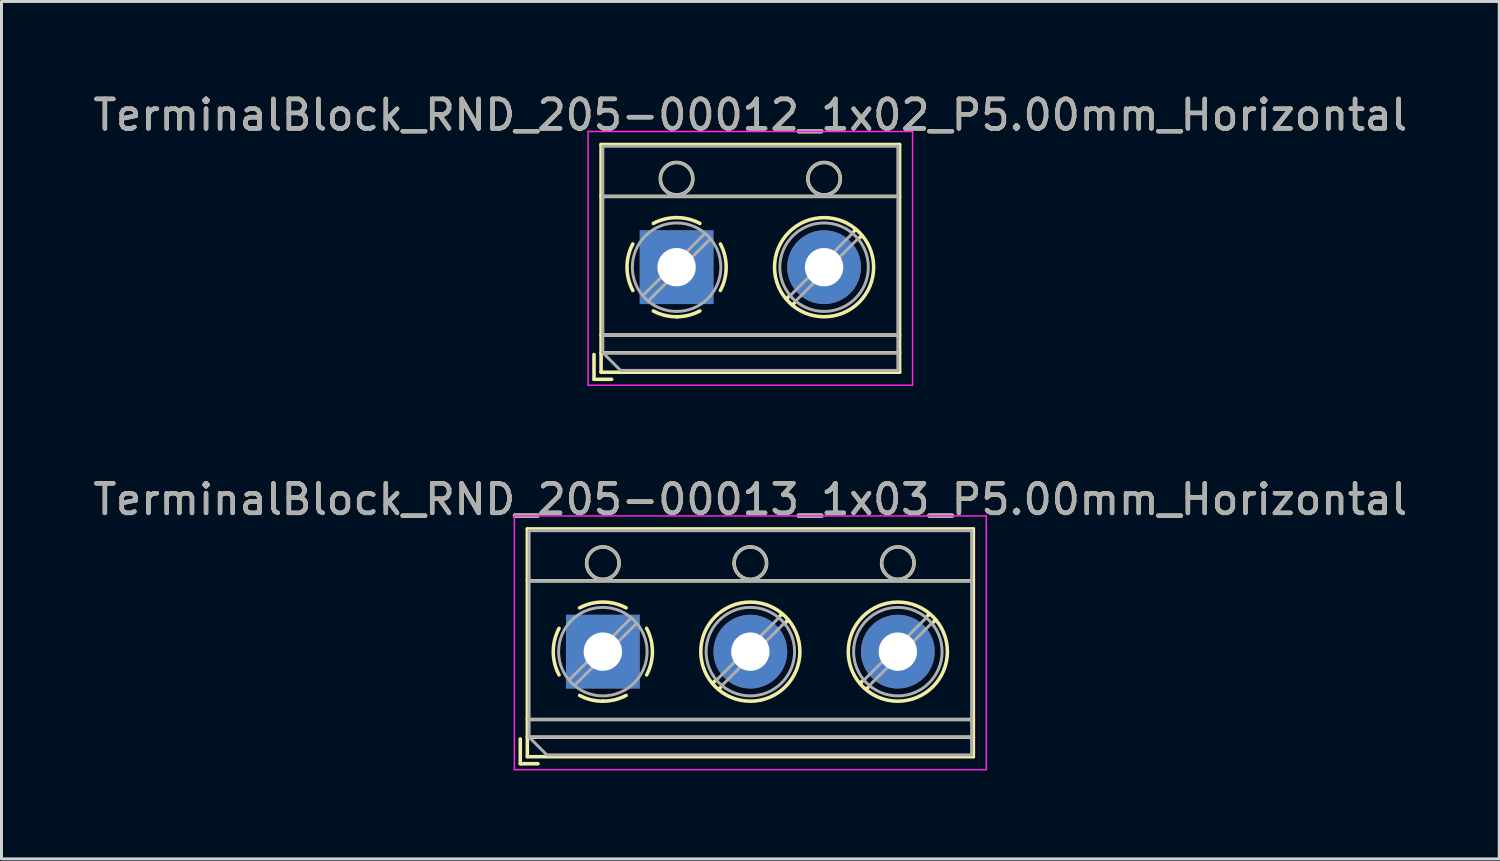
<source format=kicad_pcb>
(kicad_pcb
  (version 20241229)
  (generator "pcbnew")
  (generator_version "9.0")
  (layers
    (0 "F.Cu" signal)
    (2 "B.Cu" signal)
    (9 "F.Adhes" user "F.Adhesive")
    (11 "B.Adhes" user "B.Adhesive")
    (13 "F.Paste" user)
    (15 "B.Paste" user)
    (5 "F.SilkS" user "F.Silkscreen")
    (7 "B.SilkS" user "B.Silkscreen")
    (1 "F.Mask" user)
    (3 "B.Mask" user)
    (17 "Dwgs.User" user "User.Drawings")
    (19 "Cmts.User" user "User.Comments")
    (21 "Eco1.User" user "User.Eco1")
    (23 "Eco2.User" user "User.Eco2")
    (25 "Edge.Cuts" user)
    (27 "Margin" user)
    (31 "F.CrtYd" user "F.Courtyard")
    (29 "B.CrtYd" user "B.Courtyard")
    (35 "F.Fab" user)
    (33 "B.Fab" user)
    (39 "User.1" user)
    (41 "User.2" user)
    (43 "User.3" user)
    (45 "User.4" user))
  (footprint "TerminalBlock_RND_205-00013_1x03_P5.00mm_Horizontal"
    (layer "F.Cu")
    (at 17.387 19.041)
    (property "Reference" "TerminalBlock_RND_205-00013_1x03_P5.00mm_Horizontal" (at 5 -5.16 0) (layer "F.SilkS") (effects (font (size 1 1) (thickness 0.15))))
    (attr through_hole)
    (fp_line (start -2.8 2.96) (end -2.8 3.8) (stroke (width 0.12) (type solid)) (layer "F.SilkS"))
    (fp_line (start -2.8 3.8) (end -2.2 3.8) (stroke (width 0.12) (type solid)) (layer "F.SilkS"))
    (fp_line (start -2.56 -4.16) (end -2.56 3.561) (stroke (width 0.12) (type solid)) (layer "F.SilkS"))
    (fp_line (start -2.56 -4.16) (end 12.56 -4.16) (stroke (width 0.12) (type solid)) (layer "F.SilkS"))
    (fp_line (start -2.56 -2.4) (end 12.56 -2.4) (stroke (width 0.12) (type solid)) (layer "F.SilkS"))
    (fp_line (start -2.56 2.3) (end 12.56 2.3) (stroke (width 0.12) (type solid)) (layer "F.SilkS"))
    (fp_line (start -2.56 2.9) (end 12.56 2.9) (stroke (width 0.12) (type solid)) (layer "F.SilkS"))
    (fp_line (start -2.56 3.561) (end 12.56 3.561) (stroke (width 0.12) (type solid)) (layer "F.SilkS"))
    (fp_line (start 3.82 0.976) (end 3.726 1.069) (stroke (width 0.12) (type solid)) (layer "F.SilkS"))
    (fp_line (start 3.99 1.216) (end 3.931 1.274) (stroke (width 0.12) (type solid)) (layer "F.SilkS"))
    (fp_line (start 6.07 -1.275) (end 6.011 -1.216) (stroke (width 0.12) (type solid)) (layer "F.SilkS"))
    (fp_line (start 6.275 -1.069) (end 6.181 -0.976) (stroke (width 0.12) (type solid)) (layer "F.SilkS"))
    (fp_line (start 8.82 0.976) (end 8.726 1.069) (stroke (width 0.12) (type solid)) (layer "F.SilkS"))
    (fp_line (start 8.99 1.216) (end 8.931 1.274) (stroke (width 0.12) (type solid)) (layer "F.SilkS"))
    (fp_line (start 11.07 -1.275) (end 11.011 -1.216) (stroke (width 0.12) (type solid)) (layer "F.SilkS"))
    (fp_line (start 11.275 -1.069) (end 11.181 -0.976) (stroke (width 0.12) (type solid)) (layer "F.SilkS"))
    (fp_line (start 12.56 -4.16) (end 12.56 3.561) (stroke (width 0.12) (type solid)) (layer "F.SilkS"))
    (fp_arc (start -1.483953 0.789089) (mid -1.680708 0.00005) (end -1.484 -0.789) (stroke (width 0.12) (type solid)) (layer "F.SilkS"))
    (fp_arc (start -0.789089 -1.483953) (mid -0.00005 -1.680708) (end 0.789 -1.484) (stroke (width 0.12) (type solid)) (layer "F.SilkS"))
    (fp_arc (start 0.029383 1.68045) (mid -0.392304 1.634281) (end -0.789 1.484) (stroke (width 0.12) (type solid)) (layer "F.SilkS"))
    (fp_arc (start 0.788712 1.483352) (mid 0.406429 1.630097) (end 0 1.68) (stroke (width 0.12) (type solid)) (layer "F.SilkS"))
    (fp_arc (start 1.483953 -0.789089) (mid 1.680708 -0.00005) (end 1.484 0.789) (stroke (width 0.12) (type solid)) (layer "F.SilkS"))
    (fp_circle (center 0 -3) (end 0.55 -3) (stroke (width 0.12) (type solid)) (fill no) (layer "F.SilkS"))
    (fp_circle (center 5 -3) (end 5.55 -3) (stroke (width 0.12) (type solid)) (fill no) (layer "F.SilkS"))
    (fp_circle (center 5 0) (end 6.68 0) (stroke (width 0.12) (type solid)) (fill no) (layer "F.SilkS"))
    (fp_circle (center 10 -3) (end 10.55 -3) (stroke (width 0.12) (type solid)) (fill no) (layer "F.SilkS"))
    (fp_circle (center 10 0) (end 11.68 0) (stroke (width 0.12) (type solid)) (fill no) (layer "F.SilkS"))
    (fp_line (start -3 -4.6) (end -3 4) (stroke (width 0.05) (type solid)) (layer "F.CrtYd"))
    (fp_line (start -3 4) (end 13 4) (stroke (width 0.05) (type solid)) (layer "F.CrtYd"))
    (fp_line (start 13 -4.6) (end -3 -4.6) (stroke (width 0.05) (type solid)) (layer "F.CrtYd"))
    (fp_line (start 13 4) (end 13 -4.6) (stroke (width 0.05) (type solid)) (layer "F.CrtYd"))
    (fp_line (start -2.5 -4.1) (end 12.5 -4.1) (stroke (width 0.1) (type solid)) (layer "F.Fab"))
    (fp_line (start -2.5 -2.4) (end 12.5 -2.4) (stroke (width 0.1) (type solid)) (layer "F.Fab"))
    (fp_line (start -2.5 2.3) (end 12.5 2.3) (stroke (width 0.1) (type solid)) (layer "F.Fab"))
    (fp_line (start -2.5 2.9) (end -2.5 -4.1) (stroke (width 0.1) (type solid)) (layer "F.Fab"))
    (fp_line (start -2.5 2.9) (end 12.5 2.9) (stroke (width 0.1) (type solid)) (layer "F.Fab"))
    (fp_line (start -1.9 3.5) (end -2.5 2.9) (stroke (width 0.1) (type solid)) (layer "F.Fab"))
    (fp_line (start 0.955 -1.138) (end -1.138 0.955) (stroke (width 0.1) (type solid)) (layer "F.Fab"))
    (fp_line (start 1.138 -0.955) (end -0.955 1.138) (stroke (width 0.1) (type solid)) (layer "F.Fab"))
    (fp_line (start 5.955 -1.138) (end 3.863 0.955) (stroke (width 0.1) (type solid)) (layer "F.Fab"))
    (fp_line (start 6.138 -0.955) (end 4.046 1.138) (stroke (width 0.1) (type solid)) (layer "F.Fab"))
    (fp_line (start 10.955 -1.138) (end 8.863 0.955) (stroke (width 0.1) (type solid)) (layer "F.Fab"))
    (fp_line (start 11.138 -0.955) (end 9.046 1.138) (stroke (width 0.1) (type solid)) (layer "F.Fab"))
    (fp_line (start 12.5 -4.1) (end 12.5 3.5) (stroke (width 0.1) (type solid)) (layer "F.Fab"))
    (fp_line (start 12.5 3.5) (end -1.9 3.5) (stroke (width 0.1) (type solid)) (layer "F.Fab"))
    (fp_circle (center 0 -3) (end 0.55 -3) (stroke (width 0.1) (type solid)) (fill no) (layer "F.Fab"))
    (fp_circle (center 0 0) (end 1.5 0) (stroke (width 0.1) (type solid)) (fill no) (layer "F.Fab"))
    (fp_circle (center 5 -3) (end 5.55 -3) (stroke (width 0.1) (type solid)) (fill no) (layer "F.Fab"))
    (fp_circle (center 5 0) (end 6.5 0) (stroke (width 0.1) (type solid)) (fill no) (layer "F.Fab"))
    (fp_circle (center 10 -3) (end 10.55 -3) (stroke (width 0.1) (type solid)) (fill no) (layer "F.Fab"))
    (fp_circle (center 10 0) (end 11.5 0) (stroke (width 0.1) (type solid)) (fill no) (layer "F.Fab"))
    (fp_text user "${REFERENCE}" (at 5 -5.16 0) (layer "F.Fab") (effects (font (size 1 1) (thickness 0.15))))
    (pad "1" thru_hole rect (at 0 0) (size 2.5 2.5) (drill 1.3) (layers "*.Cu" "*.Mask"))
    (pad "2" thru_hole circle (at 5 0) (size 2.5 2.5) (drill 1.3) (layers "*.Cu" "*.Mask"))
    (pad "3" thru_hole circle (at 10 0) (size 2.5 2.5) (drill 1.3) (layers "*.Cu" "*.Mask")))
  (footprint "TerminalBlock_RND_205-00012_1x02_P5.00mm_Horizontal"
    (layer "F.Cu")
    (at 19.887 6.008)
    (property "Reference" "TerminalBlock_RND_205-00012_1x02_P5.00mm_Horizontal" (at 2.5 -5.16 0) (layer "F.SilkS") (effects (font (size 1 1) (thickness 0.15))))
    (attr through_hole)
    (fp_line (start -2.8 2.96) (end -2.8 3.8) (stroke (width 0.12) (type solid)) (layer "F.SilkS"))
    (fp_line (start -2.8 3.8) (end -2.2 3.8) (stroke (width 0.12) (type solid)) (layer "F.SilkS"))
    (fp_line (start -2.56 -4.16) (end -2.56 3.561) (stroke (width 0.12) (type solid)) (layer "F.SilkS"))
    (fp_line (start -2.56 -4.16) (end 7.56 -4.16) (stroke (width 0.12) (type solid)) (layer "F.SilkS"))
    (fp_line (start -2.56 -2.4) (end 7.56 -2.4) (stroke (width 0.12) (type solid)) (layer "F.SilkS"))
    (fp_line (start -2.56 2.3) (end 7.56 2.3) (stroke (width 0.12) (type solid)) (layer "F.SilkS"))
    (fp_line (start -2.56 2.9) (end 7.56 2.9) (stroke (width 0.12) (type solid)) (layer "F.SilkS"))
    (fp_line (start -2.56 3.561) (end 7.56 3.561) (stroke (width 0.12) (type solid)) (layer "F.SilkS"))
    (fp_line (start 3.82 0.976) (end 3.726 1.069) (stroke (width 0.12) (type solid)) (layer "F.SilkS"))
    (fp_line (start 3.99 1.216) (end 3.931 1.274) (stroke (width 0.12) (type solid)) (layer "F.SilkS"))
    (fp_line (start 6.07 -1.275) (end 6.011 -1.216) (stroke (width 0.12) (type solid)) (layer "F.SilkS"))
    (fp_line (start 6.275 -1.069) (end 6.181 -0.976) (stroke (width 0.12) (type solid)) (layer "F.SilkS"))
    (fp_line (start 7.56 -4.16) (end 7.56 3.561) (stroke (width 0.12) (type solid)) (layer "F.SilkS"))
    (fp_arc (start -1.483953 0.789089) (mid -1.680708 0.00005) (end -1.484 -0.789) (stroke (width 0.12) (type solid)) (layer "F.SilkS"))
    (fp_arc (start -0.789089 -1.483953) (mid -0.00005 -1.680708) (end 0.789 -1.484) (stroke (width 0.12) (type solid)) (layer "F.SilkS"))
    (fp_arc (start 0.029383 1.68045) (mid -0.392304 1.634281) (end -0.789 1.484) (stroke (width 0.12) (type solid)) (layer "F.SilkS"))
    (fp_arc (start 0.788712 1.483352) (mid 0.406429 1.630097) (end 0 1.68) (stroke (width 0.12) (type solid)) (layer "F.SilkS"))
    (fp_arc (start 1.483953 -0.789089) (mid 1.680708 -0.00005) (end 1.484 0.789) (stroke (width 0.12) (type solid)) (layer "F.SilkS"))
    (fp_circle (center 0 -3) (end 0.55 -3) (stroke (width 0.12) (type solid)) (fill no) (layer "F.SilkS"))
    (fp_circle (center 5 -3) (end 5.55 -3) (stroke (width 0.12) (type solid)) (fill no) (layer "F.SilkS"))
    (fp_circle (center 5 0) (end 6.68 0) (stroke (width 0.12) (type solid)) (fill no) (layer "F.SilkS"))
    (fp_line (start -3 -4.6) (end -3 4) (stroke (width 0.05) (type solid)) (layer "F.CrtYd"))
    (fp_line (start -3 4) (end 8 4) (stroke (width 0.05) (type solid)) (layer "F.CrtYd"))
    (fp_line (start 8 -4.6) (end -3 -4.6) (stroke (width 0.05) (type solid)) (layer "F.CrtYd"))
    (fp_line (start 8 4) (end 8 -4.6) (stroke (width 0.05) (type solid)) (layer "F.CrtYd"))
    (fp_line (start -2.5 -4.1) (end 7.5 -4.1) (stroke (width 0.1) (type solid)) (layer "F.Fab"))
    (fp_line (start -2.5 -2.4) (end 7.5 -2.4) (stroke (width 0.1) (type solid)) (layer "F.Fab"))
    (fp_line (start -2.5 2.3) (end 7.5 2.3) (stroke (width 0.1) (type solid)) (layer "F.Fab"))
    (fp_line (start -2.5 2.9) (end -2.5 -4.1) (stroke (width 0.1) (type solid)) (layer "F.Fab"))
    (fp_line (start -2.5 2.9) (end 7.5 2.9) (stroke (width 0.1) (type solid)) (layer "F.Fab"))
    (fp_line (start -1.9 3.5) (end -2.5 2.9) (stroke (width 0.1) (type solid)) (layer "F.Fab"))
    (fp_line (start 0.955 -1.138) (end -1.138 0.955) (stroke (width 0.1) (type solid)) (layer "F.Fab"))
    (fp_line (start 1.138 -0.955) (end -0.955 1.138) (stroke (width 0.1) (type solid)) (layer "F.Fab"))
    (fp_line (start 5.955 -1.138) (end 3.863 0.955) (stroke (width 0.1) (type solid)) (layer "F.Fab"))
    (fp_line (start 6.138 -0.955) (end 4.046 1.138) (stroke (width 0.1) (type solid)) (layer "F.Fab"))
    (fp_line (start 7.5 -4.1) (end 7.5 3.5) (stroke (width 0.1) (type solid)) (layer "F.Fab"))
    (fp_line (start 7.5 3.5) (end -1.9 3.5) (stroke (width 0.1) (type solid)) (layer "F.Fab"))
    (fp_circle (center 0 -3) (end 0.55 -3) (stroke (width 0.1) (type solid)) (fill no) (layer "F.Fab"))
    (fp_circle (center 0 0) (end 1.5 0) (stroke (width 0.1) (type solid)) (fill no) (layer "F.Fab"))
    (fp_circle (center 5 -3) (end 5.55 -3) (stroke (width 0.1) (type solid)) (fill no) (layer "F.Fab"))
    (fp_circle (center 5 0) (end 6.5 0) (stroke (width 0.1) (type solid)) (fill no) (layer "F.Fab"))
    (fp_text user "${REFERENCE}" (at 2.5 -5.16 0) (layer "F.Fab") (effects (font (size 1 1) (thickness 0.15))))
    (pad "1" thru_hole rect (at 0 0) (size 2.5 2.5) (drill 1.3) (layers "*.Cu" "*.Mask"))
    (pad "2" thru_hole circle (at 5 0) (size 2.5 2.5) (drill 1.3) (layers "*.Cu" "*.Mask")))
  (gr_rect
    (start -3 -3)
    (end 47.774 26.067)
    (stroke (width 0.1) (type default))
    (fill no)
    (layer "Edge.Cuts")))
</source>
